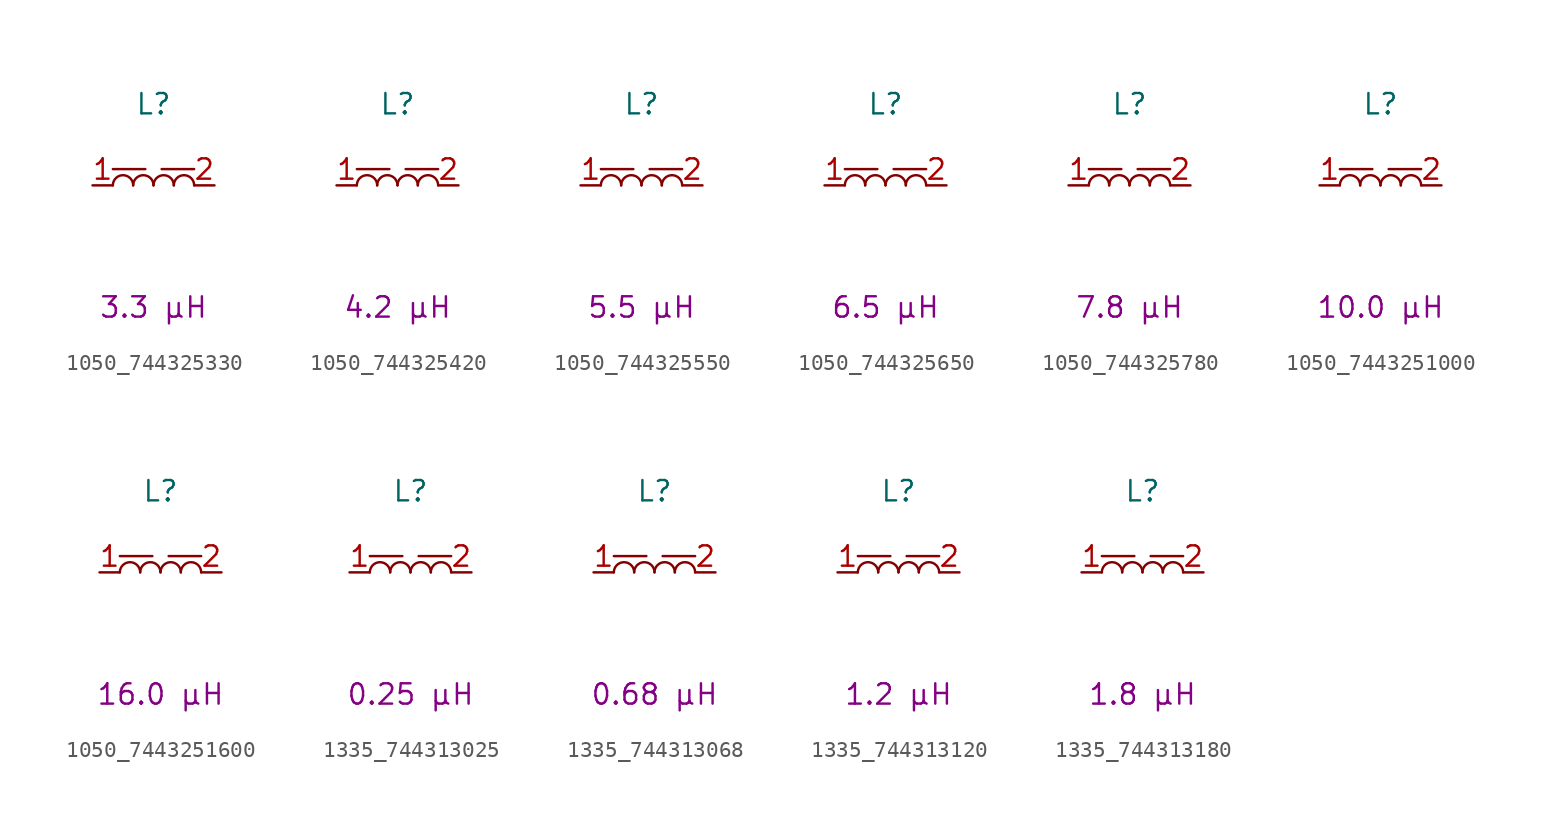
<source format=kicad_sym>
(kicad_symbol_lib
  (version 20220914)
  (generator kicad_symbol_editor)
  (symbol "1050_744325330"
    (pin_names hide)
    (property "Reference" "L"
      (at 0 5.08 0)
      (effects (font (size 1.27 1.27))))
    (property "Critical Parameter" "3.3 µH"
      (at 0 -7.62 0)
      (effects (font (size 1.27 1.27))))
    (symbol "1050_744325330_0_1"
      (arc (start -1.27 0) (mid -1.905 0.6323) (end -2.54 0) (stroke (width 0) (type default)) (fill (type none)))
      (arc (start 0 0) (mid -0.635 0.6323) (end -1.27 0) (stroke (width 0) (type default)) (fill (type none)))
      (polyline (pts (xy -2.54 1.016) (xy -0.508 1.016)) (stroke (width 0) (type default)) (fill (type none)))
      (arc (start 1.27 0) (mid 0.635 0.6323) (end 0 0) (stroke (width 0) (type default)) (fill (type none)))
      (arc (start 2.54 0) (mid 1.905 0.6323) (end 1.27 0) (stroke (width 0) (type default)) (fill (type none))))
    (symbol "1050_744325330_1_1"
      (polyline (pts (xy 2.54 1.016) (xy 0.508 1.016)) (stroke (width 0) (type default)) (fill (type none)))
      (pin passive line (at -3.81 0 0) (length 1.27) (name "1" (effects (font (size 1.27 1.27)))) (number "1" (effects (font (size 1.27 1.27)))))
      (pin passive line (at 3.81 0 180) (length 1.27) (name "2" (effects (font (size 1.27 1.27)))) (number "2" (effects (font (size 1.27 1.27)))))))
  (symbol "1050_744325420"
    (pin_names hide)
    (property "Reference" "L"
      (at 0 5.08 0)
      (effects (font (size 1.27 1.27))))
    (property "Critical Parameter" "4.2 µH"
      (at 0 -7.62 0)
      (effects (font (size 1.27 1.27))))
    (symbol "1050_744325420_0_1"
      (arc (start -1.27 0) (mid -1.905 0.6323) (end -2.54 0) (stroke (width 0) (type default)) (fill (type none)))
      (arc (start 0 0) (mid -0.635 0.6323) (end -1.27 0) (stroke (width 0) (type default)) (fill (type none)))
      (polyline (pts (xy -2.54 1.016) (xy -0.508 1.016)) (stroke (width 0) (type default)) (fill (type none)))
      (arc (start 1.27 0) (mid 0.635 0.6323) (end 0 0) (stroke (width 0) (type default)) (fill (type none)))
      (arc (start 2.54 0) (mid 1.905 0.6323) (end 1.27 0) (stroke (width 0) (type default)) (fill (type none))))
    (symbol "1050_744325420_1_1"
      (polyline (pts (xy 2.54 1.016) (xy 0.508 1.016)) (stroke (width 0) (type default)) (fill (type none)))
      (pin passive line (at -3.81 0 0) (length 1.27) (name "1" (effects (font (size 1.27 1.27)))) (number "1" (effects (font (size 1.27 1.27)))))
      (pin passive line (at 3.81 0 180) (length 1.27) (name "2" (effects (font (size 1.27 1.27)))) (number "2" (effects (font (size 1.27 1.27)))))))
  (symbol "1050_744325550"
    (pin_names hide)
    (property "Reference" "L"
      (at 0 5.08 0)
      (effects (font (size 1.27 1.27))))
    (property "Critical Parameter" "5.5 µH"
      (at 0 -7.62 0)
      (effects (font (size 1.27 1.27))))
    (symbol "1050_744325550_0_1"
      (arc (start -1.27 0) (mid -1.905 0.6323) (end -2.54 0) (stroke (width 0) (type default)) (fill (type none)))
      (arc (start 0 0) (mid -0.635 0.6323) (end -1.27 0) (stroke (width 0) (type default)) (fill (type none)))
      (polyline (pts (xy -2.54 1.016) (xy -0.508 1.016)) (stroke (width 0) (type default)) (fill (type none)))
      (arc (start 1.27 0) (mid 0.635 0.6323) (end 0 0) (stroke (width 0) (type default)) (fill (type none)))
      (arc (start 2.54 0) (mid 1.905 0.6323) (end 1.27 0) (stroke (width 0) (type default)) (fill (type none))))
    (symbol "1050_744325550_1_1"
      (polyline (pts (xy 2.54 1.016) (xy 0.508 1.016)) (stroke (width 0) (type default)) (fill (type none)))
      (pin passive line (at -3.81 0 0) (length 1.27) (name "1" (effects (font (size 1.27 1.27)))) (number "1" (effects (font (size 1.27 1.27)))))
      (pin passive line (at 3.81 0 180) (length 1.27) (name "2" (effects (font (size 1.27 1.27)))) (number "2" (effects (font (size 1.27 1.27)))))))
  (symbol "1050_744325650"
    (pin_names hide)
    (property "Reference" "L"
      (at 0 5.08 0)
      (effects (font (size 1.27 1.27))))
    (property "Critical Parameter" "6.5 µH"
      (at 0 -7.62 0)
      (effects (font (size 1.27 1.27))))
    (symbol "1050_744325650_0_1"
      (arc (start -1.27 0) (mid -1.905 0.6323) (end -2.54 0) (stroke (width 0) (type default)) (fill (type none)))
      (arc (start 0 0) (mid -0.635 0.6323) (end -1.27 0) (stroke (width 0) (type default)) (fill (type none)))
      (polyline (pts (xy -2.54 1.016) (xy -0.508 1.016)) (stroke (width 0) (type default)) (fill (type none)))
      (arc (start 1.27 0) (mid 0.635 0.6323) (end 0 0) (stroke (width 0) (type default)) (fill (type none)))
      (arc (start 2.54 0) (mid 1.905 0.6323) (end 1.27 0) (stroke (width 0) (type default)) (fill (type none))))
    (symbol "1050_744325650_1_1"
      (polyline (pts (xy 2.54 1.016) (xy 0.508 1.016)) (stroke (width 0) (type default)) (fill (type none)))
      (pin passive line (at -3.81 0 0) (length 1.27) (name "1" (effects (font (size 1.27 1.27)))) (number "1" (effects (font (size 1.27 1.27)))))
      (pin passive line (at 3.81 0 180) (length 1.27) (name "2" (effects (font (size 1.27 1.27)))) (number "2" (effects (font (size 1.27 1.27)))))))
  (symbol "1050_744325780"
    (pin_names hide)
    (property "Reference" "L"
      (at 0 5.08 0)
      (effects (font (size 1.27 1.27))))
    (property "Critical Parameter" "7.8 µH"
      (at 0 -7.62 0)
      (effects (font (size 1.27 1.27))))
    (symbol "1050_744325780_0_1"
      (arc (start -1.27 0) (mid -1.905 0.6323) (end -2.54 0) (stroke (width 0) (type default)) (fill (type none)))
      (arc (start 0 0) (mid -0.635 0.6323) (end -1.27 0) (stroke (width 0) (type default)) (fill (type none)))
      (polyline (pts (xy -2.54 1.016) (xy -0.508 1.016)) (stroke (width 0) (type default)) (fill (type none)))
      (arc (start 1.27 0) (mid 0.635 0.6323) (end 0 0) (stroke (width 0) (type default)) (fill (type none)))
      (arc (start 2.54 0) (mid 1.905 0.6323) (end 1.27 0) (stroke (width 0) (type default)) (fill (type none))))
    (symbol "1050_744325780_1_1"
      (polyline (pts (xy 2.54 1.016) (xy 0.508 1.016)) (stroke (width 0) (type default)) (fill (type none)))
      (pin passive line (at -3.81 0 0) (length 1.27) (name "1" (effects (font (size 1.27 1.27)))) (number "1" (effects (font (size 1.27 1.27)))))
      (pin passive line (at 3.81 0 180) (length 1.27) (name "2" (effects (font (size 1.27 1.27)))) (number "2" (effects (font (size 1.27 1.27)))))))
  (symbol "1050_7443251000"
    (pin_names hide)
    (property "Reference" "L"
      (at 0 5.08 0)
      (effects (font (size 1.27 1.27))))
    (property "Critical Parameter" "10.0 µH"
      (at 0 -7.62 0)
      (effects (font (size 1.27 1.27))))
    (symbol "1050_7443251000_0_1"
      (arc (start -1.27 0) (mid -1.905 0.6323) (end -2.54 0) (stroke (width 0) (type default)) (fill (type none)))
      (arc (start 0 0) (mid -0.635 0.6323) (end -1.27 0) (stroke (width 0) (type default)) (fill (type none)))
      (polyline (pts (xy -2.54 1.016) (xy -0.508 1.016)) (stroke (width 0) (type default)) (fill (type none)))
      (arc (start 1.27 0) (mid 0.635 0.6323) (end 0 0) (stroke (width 0) (type default)) (fill (type none)))
      (arc (start 2.54 0) (mid 1.905 0.6323) (end 1.27 0) (stroke (width 0) (type default)) (fill (type none))))
    (symbol "1050_7443251000_1_1"
      (polyline (pts (xy 2.54 1.016) (xy 0.508 1.016)) (stroke (width 0) (type default)) (fill (type none)))
      (pin passive line (at -3.81 0 0) (length 1.27) (name "1" (effects (font (size 1.27 1.27)))) (number "1" (effects (font (size 1.27 1.27)))))
      (pin passive line (at 3.81 0 180) (length 1.27) (name "2" (effects (font (size 1.27 1.27)))) (number "2" (effects (font (size 1.27 1.27)))))))
  (symbol "1050_7443251600"
    (pin_names hide)
    (property "Reference" "L"
      (at 0 5.08 0)
      (effects (font (size 1.27 1.27))))
    (property "Critical Parameter" "16.0 µH"
      (at 0 -7.62 0)
      (effects (font (size 1.27 1.27))))
    (symbol "1050_7443251600_0_1"
      (arc (start -1.27 0) (mid -1.905 0.6323) (end -2.54 0) (stroke (width 0) (type default)) (fill (type none)))
      (arc (start 0 0) (mid -0.635 0.6323) (end -1.27 0) (stroke (width 0) (type default)) (fill (type none)))
      (polyline (pts (xy -2.54 1.016) (xy -0.508 1.016)) (stroke (width 0) (type default)) (fill (type none)))
      (arc (start 1.27 0) (mid 0.635 0.6323) (end 0 0) (stroke (width 0) (type default)) (fill (type none)))
      (arc (start 2.54 0) (mid 1.905 0.6323) (end 1.27 0) (stroke (width 0) (type default)) (fill (type none))))
    (symbol "1050_7443251600_1_1"
      (polyline (pts (xy 2.54 1.016) (xy 0.508 1.016)) (stroke (width 0) (type default)) (fill (type none)))
      (pin passive line (at -3.81 0 0) (length 1.27) (name "1" (effects (font (size 1.27 1.27)))) (number "1" (effects (font (size 1.27 1.27)))))
      (pin passive line (at 3.81 0 180) (length 1.27) (name "2" (effects (font (size 1.27 1.27)))) (number "2" (effects (font (size 1.27 1.27)))))))
  (symbol "1335_744313025"
    (pin_names hide)
    (property "Reference" "L"
      (at 0 5.08 0)
      (effects (font (size 1.27 1.27))))
    (property "Critical Parameter" "0.25 µH"
      (at 0 -7.62 0)
      (effects (font (size 1.27 1.27))))
    (symbol "1335_744313025_0_1"
      (arc (start -1.27 0) (mid -1.905 0.6323) (end -2.54 0) (stroke (width 0) (type default)) (fill (type none)))
      (arc (start 0 0) (mid -0.635 0.6323) (end -1.27 0) (stroke (width 0) (type default)) (fill (type none)))
      (polyline (pts (xy -2.54 1.016) (xy -0.508 1.016)) (stroke (width 0) (type default)) (fill (type none)))
      (arc (start 1.27 0) (mid 0.635 0.6323) (end 0 0) (stroke (width 0) (type default)) (fill (type none)))
      (arc (start 2.54 0) (mid 1.905 0.6323) (end 1.27 0) (stroke (width 0) (type default)) (fill (type none))))
    (symbol "1335_744313025_1_1"
      (polyline (pts (xy 2.54 1.016) (xy 0.508 1.016)) (stroke (width 0) (type default)) (fill (type none)))
      (pin passive line (at -3.81 0 0) (length 1.27) (name "1" (effects (font (size 1.27 1.27)))) (number "1" (effects (font (size 1.27 1.27)))))
      (pin passive line (at 3.81 0 180) (length 1.27) (name "2" (effects (font (size 1.27 1.27)))) (number "2" (effects (font (size 1.27 1.27)))))))
  (symbol "1335_744313068"
    (pin_names hide)
    (property "Reference" "L"
      (at 0 5.08 0)
      (effects (font (size 1.27 1.27))))
    (property "Critical Parameter" "0.68 µH"
      (at 0 -7.62 0)
      (effects (font (size 1.27 1.27))))
    (symbol "1335_744313068_0_1"
      (arc (start -1.27 0) (mid -1.905 0.6323) (end -2.54 0) (stroke (width 0) (type default)) (fill (type none)))
      (arc (start 0 0) (mid -0.635 0.6323) (end -1.27 0) (stroke (width 0) (type default)) (fill (type none)))
      (polyline (pts (xy -2.54 1.016) (xy -0.508 1.016)) (stroke (width 0) (type default)) (fill (type none)))
      (arc (start 1.27 0) (mid 0.635 0.6323) (end 0 0) (stroke (width 0) (type default)) (fill (type none)))
      (arc (start 2.54 0) (mid 1.905 0.6323) (end 1.27 0) (stroke (width 0) (type default)) (fill (type none))))
    (symbol "1335_744313068_1_1"
      (polyline (pts (xy 2.54 1.016) (xy 0.508 1.016)) (stroke (width 0) (type default)) (fill (type none)))
      (pin passive line (at -3.81 0 0) (length 1.27) (name "1" (effects (font (size 1.27 1.27)))) (number "1" (effects (font (size 1.27 1.27)))))
      (pin passive line (at 3.81 0 180) (length 1.27) (name "2" (effects (font (size 1.27 1.27)))) (number "2" (effects (font (size 1.27 1.27)))))))
  (symbol "1335_744313120"
    (pin_names hide)
    (property "Reference" "L"
      (at 0 5.08 0)
      (effects (font (size 1.27 1.27))))
    (property "Critical Parameter" "1.2 µH"
      (at 0 -7.62 0)
      (effects (font (size 1.27 1.27))))
    (symbol "1335_744313120_0_1"
      (arc (start -1.27 0) (mid -1.905 0.6323) (end -2.54 0) (stroke (width 0) (type default)) (fill (type none)))
      (arc (start 0 0) (mid -0.635 0.6323) (end -1.27 0) (stroke (width 0) (type default)) (fill (type none)))
      (polyline (pts (xy -2.54 1.016) (xy -0.508 1.016)) (stroke (width 0) (type default)) (fill (type none)))
      (arc (start 1.27 0) (mid 0.635 0.6323) (end 0 0) (stroke (width 0) (type default)) (fill (type none)))
      (arc (start 2.54 0) (mid 1.905 0.6323) (end 1.27 0) (stroke (width 0) (type default)) (fill (type none))))
    (symbol "1335_744313120_1_1"
      (polyline (pts (xy 2.54 1.016) (xy 0.508 1.016)) (stroke (width 0) (type default)) (fill (type none)))
      (pin passive line (at -3.81 0 0) (length 1.27) (name "1" (effects (font (size 1.27 1.27)))) (number "1" (effects (font (size 1.27 1.27)))))
      (pin passive line (at 3.81 0 180) (length 1.27) (name "2" (effects (font (size 1.27 1.27)))) (number "2" (effects (font (size 1.27 1.27)))))))
  (symbol "1335_744313180"
    (pin_names hide)
    (property "Reference" "L"
      (at 0 5.08 0)
      (effects (font (size 1.27 1.27))))
    (property "Critical Parameter" "1.8 µH"
      (at 0 -7.62 0)
      (effects (font (size 1.27 1.27))))
    (symbol "1335_744313180_0_1"
      (arc (start -1.27 0) (mid -1.905 0.6323) (end -2.54 0) (stroke (width 0) (type default)) (fill (type none)))
      (arc (start 0 0) (mid -0.635 0.6323) (end -1.27 0) (stroke (width 0) (type default)) (fill (type none)))
      (polyline (pts (xy -2.54 1.016) (xy -0.508 1.016)) (stroke (width 0) (type default)) (fill (type none)))
      (arc (start 1.27 0) (mid 0.635 0.6323) (end 0 0) (stroke (width 0) (type default)) (fill (type none)))
      (arc (start 2.54 0) (mid 1.905 0.6323) (end 1.27 0) (stroke (width 0) (type default)) (fill (type none))))
    (symbol "1335_744313180_1_1"
      (polyline (pts (xy 2.54 1.016) (xy 0.508 1.016)) (stroke (width 0) (type default)) (fill (type none)))
      (pin passive line (at -3.81 0 0) (length 1.27) (name "1" (effects (font (size 1.27 1.27)))) (number "1" (effects (font (size 1.27 1.27)))))
      (pin passive line (at 3.81 0 180) (length 1.27) (name "2" (effects (font (size 1.27 1.27)))) (number "2" (effects (font (size 1.27 1.27))))))))
</source>
